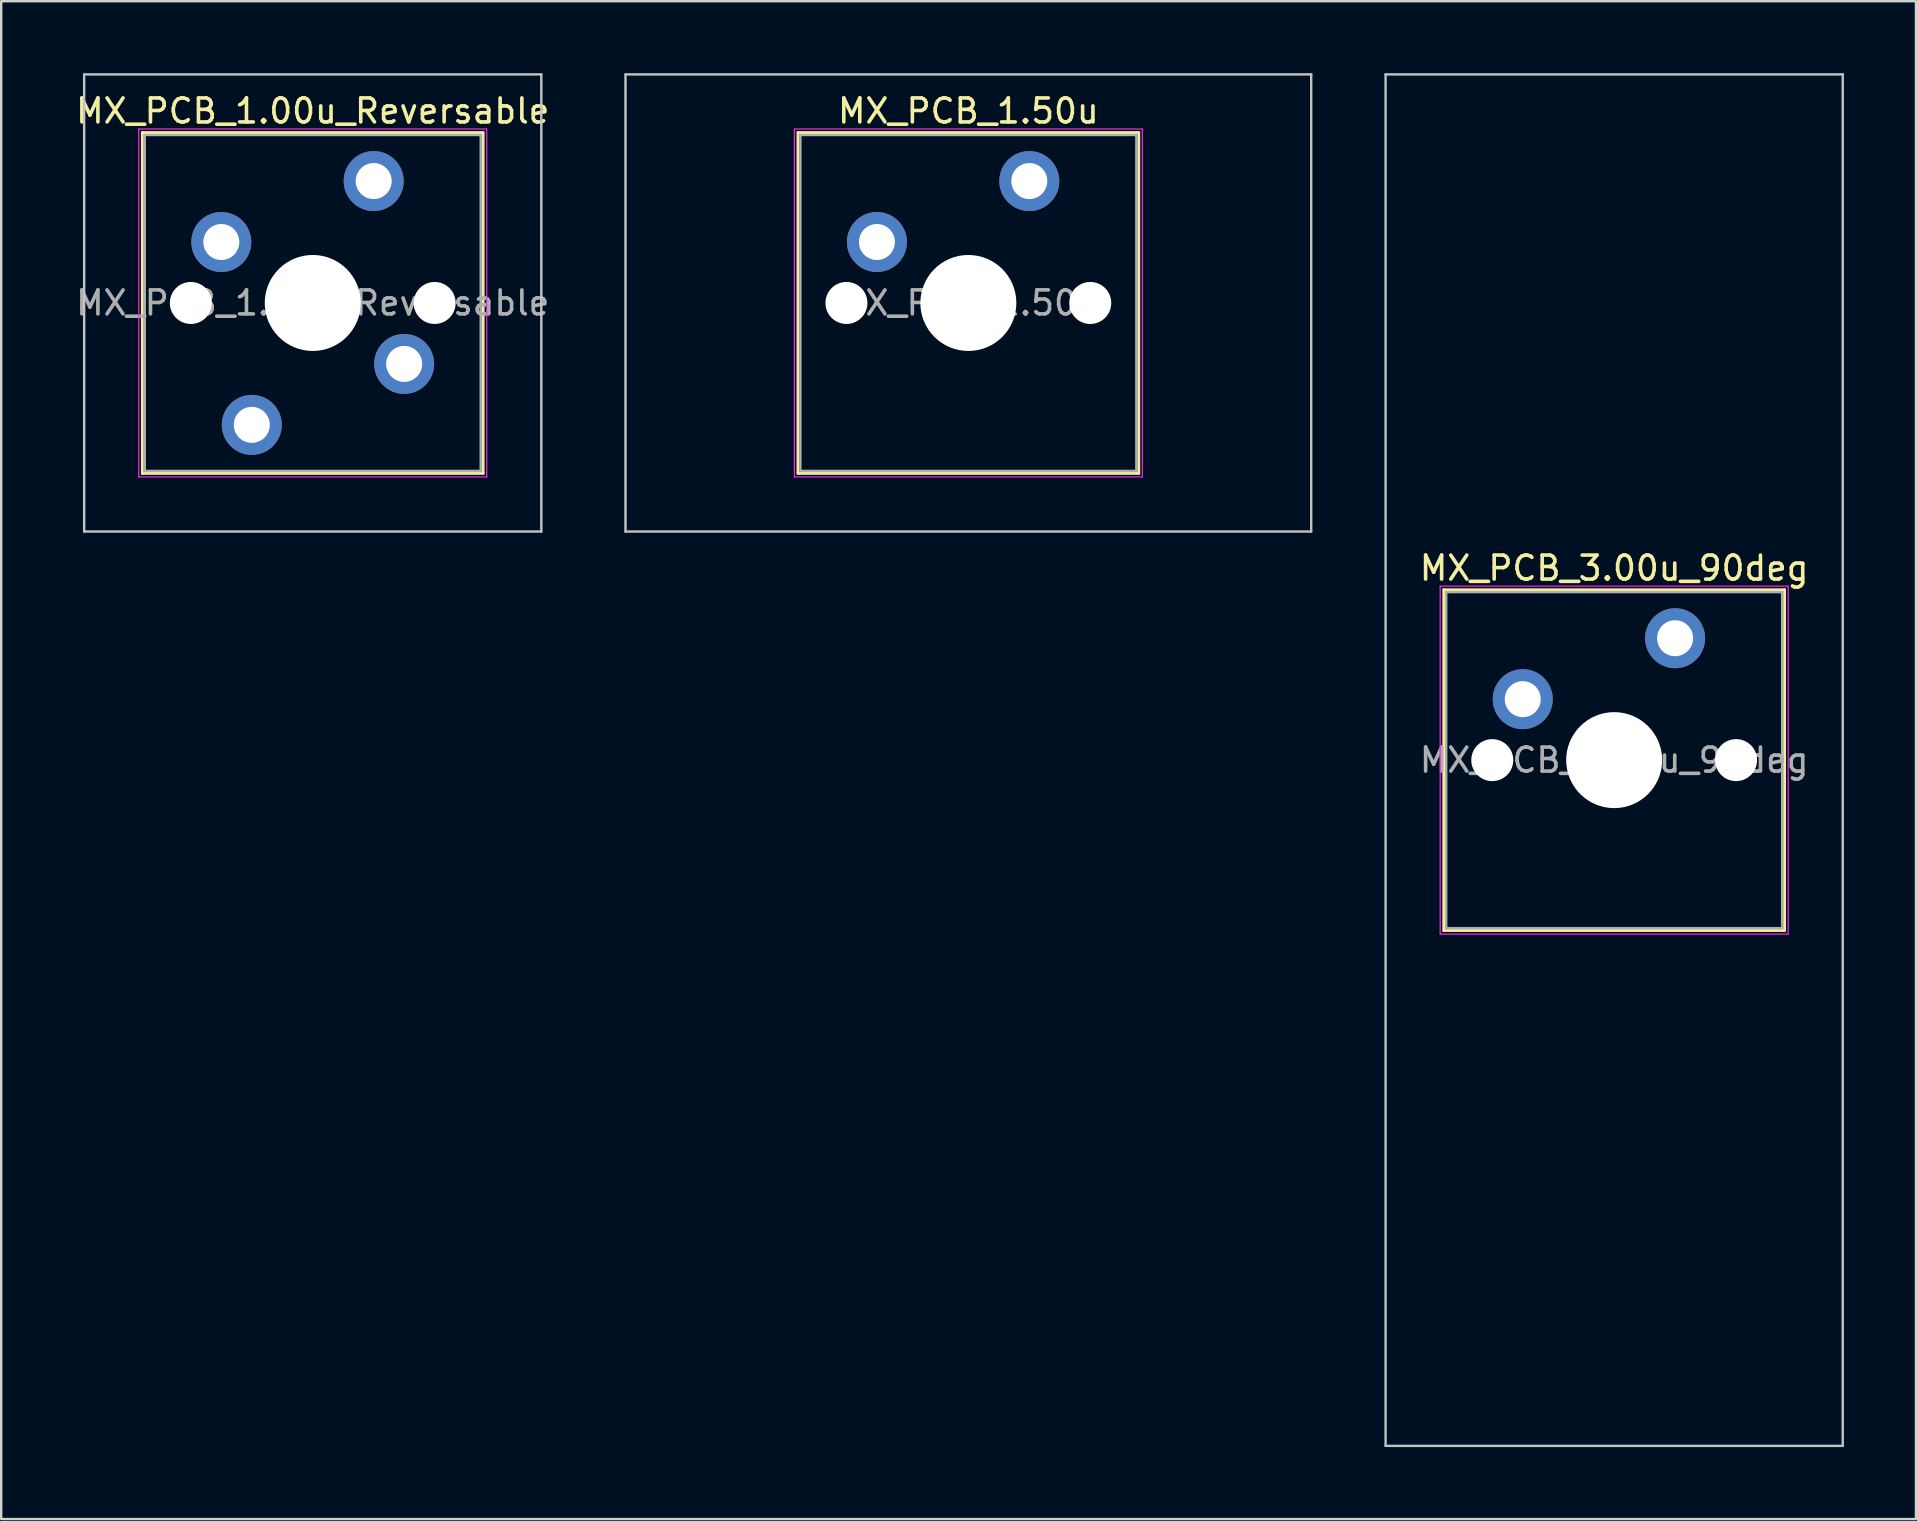
<source format=kicad_pcb>
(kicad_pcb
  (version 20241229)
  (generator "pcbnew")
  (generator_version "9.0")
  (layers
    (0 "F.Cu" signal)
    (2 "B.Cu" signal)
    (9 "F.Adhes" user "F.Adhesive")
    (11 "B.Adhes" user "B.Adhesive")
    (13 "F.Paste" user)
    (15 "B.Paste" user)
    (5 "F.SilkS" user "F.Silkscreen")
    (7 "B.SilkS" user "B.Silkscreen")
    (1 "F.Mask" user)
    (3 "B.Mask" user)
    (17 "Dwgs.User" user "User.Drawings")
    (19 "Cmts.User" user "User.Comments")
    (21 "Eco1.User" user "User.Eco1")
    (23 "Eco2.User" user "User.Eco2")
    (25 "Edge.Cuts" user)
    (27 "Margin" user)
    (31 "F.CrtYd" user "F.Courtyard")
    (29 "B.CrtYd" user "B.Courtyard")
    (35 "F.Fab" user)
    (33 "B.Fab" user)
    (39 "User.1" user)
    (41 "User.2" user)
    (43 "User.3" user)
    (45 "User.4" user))
  (footprint "MX_PCB_1.00u_Reversable"
    (layer "F.Cu")
    (at 9.982 9.575)
    (property "Reference" "MX_PCB_1.00u_Reversable" (at 0 -8 0) (layer "F.SilkS") (effects (font (size 1 1) (thickness 0.15))))
    (attr through_hole)
    (fp_line (start -7.1 -7.1) (end -7.1 7.1) (stroke (width 0.12) (type solid)) (layer "F.SilkS"))
    (fp_line (start -7.1 7.1) (end 7.1 7.1) (stroke (width 0.12) (type solid)) (layer "F.SilkS"))
    (fp_line (start 7.1 -7.1) (end -7.1 -7.1) (stroke (width 0.12) (type solid)) (layer "F.SilkS"))
    (fp_line (start 7.1 7.1) (end 7.1 -7.1) (stroke (width 0.12) (type solid)) (layer "F.SilkS"))
    (fp_line (start -9.525 -9.525) (end -9.525 9.525) (stroke (width 0.1) (type solid)) (layer "Dwgs.User"))
    (fp_line (start -9.525 9.525) (end 9.525 9.525) (stroke (width 0.1) (type solid)) (layer "Dwgs.User"))
    (fp_line (start 9.525 -9.525) (end -9.525 -9.525) (stroke (width 0.1) (type solid)) (layer "Dwgs.User"))
    (fp_line (start 9.525 9.525) (end 9.525 -9.525) (stroke (width 0.1) (type solid)) (layer "Dwgs.User"))
    (fp_line (start -7 -7) (end -7 7) (stroke (width 0.1) (type solid)) (layer "Eco1.User"))
    (fp_line (start -7 7) (end 7 7) (stroke (width 0.1) (type solid)) (layer "Eco1.User"))
    (fp_line (start 7 -7) (end -7 -7) (stroke (width 0.1) (type solid)) (layer "Eco1.User"))
    (fp_line (start 7 7) (end 7 -7) (stroke (width 0.1) (type solid)) (layer "Eco1.User"))
    (fp_line (start -7.25 -7.25) (end -7.25 7.25) (stroke (width 0.05) (type solid)) (layer "F.CrtYd"))
    (fp_line (start -7.25 7.25) (end 7.25 7.25) (stroke (width 0.05) (type solid)) (layer "F.CrtYd"))
    (fp_line (start 7.25 -7.25) (end -7.25 -7.25) (stroke (width 0.05) (type solid)) (layer "F.CrtYd"))
    (fp_line (start 7.25 7.25) (end 7.25 -7.25) (stroke (width 0.05) (type solid)) (layer "F.CrtYd"))
    (fp_line (start -7 -7) (end -7 7) (stroke (width 0.1) (type solid)) (layer "F.Fab"))
    (fp_line (start -7 7) (end 7 7) (stroke (width 0.1) (type solid)) (layer "F.Fab"))
    (fp_line (start 7 -7) (end -7 -7) (stroke (width 0.1) (type solid)) (layer "F.Fab"))
    (fp_line (start 7 7) (end 7 -7) (stroke (width 0.1) (type solid)) (layer "F.Fab"))
    (fp_text user "${REFERENCE}" (at 0 0 0) (layer "F.Fab") (effects (font (size 1 1) (thickness 0.15))))
    (pad "" np_thru_hole circle (at -5.08 0) (size 1.75 1.75) (drill 1.75) (layers "*.Cu" "*.Mask"))
    (pad "" np_thru_hole circle (at 0 0) (size 4 4) (drill 4) (layers "*.Cu" "*.Mask"))
    (pad "" np_thru_hole circle (at 5.08 0) (size 1.75 1.75) (drill 1.75) (layers "*.Cu" "*.Mask"))
    (pad "1" thru_hole circle (at -3.81 -2.54) (size 2.5 2.5) (drill 1.5) (layers "*.Cu" "*.Mask"))
    (pad "1" thru_hole circle (at 3.81 2.54 180) (size 2.5 2.5) (drill 1.5) (layers "*.Cu" "*.Mask"))
    (pad "2" thru_hole circle (at -2.54 5.08 180) (size 2.5 2.5) (drill 1.5) (layers "*.Cu" "*.Mask"))
    (pad "2" thru_hole circle (at 2.54 -5.08) (size 2.5 2.5) (drill 1.5) (layers "*.Cu" "*.Mask")))
  (footprint "MX_PCB_1.50u"
    (layer "F.Cu")
    (at 37.302 9.575)
    (property "Reference" "MX_PCB_1.50u" (at 0 -8 0) (layer "F.SilkS") (effects (font (size 1 1) (thickness 0.15))))
    (attr through_hole)
    (fp_line (start -7.1 -7.1) (end -7.1 7.1) (stroke (width 0.12) (type solid)) (layer "F.SilkS"))
    (fp_line (start -7.1 7.1) (end 7.1 7.1) (stroke (width 0.12) (type solid)) (layer "F.SilkS"))
    (fp_line (start 7.1 -7.1) (end -7.1 -7.1) (stroke (width 0.12) (type solid)) (layer "F.SilkS"))
    (fp_line (start 7.1 7.1) (end 7.1 -7.1) (stroke (width 0.12) (type solid)) (layer "F.SilkS"))
    (fp_line (start -14.287 -9.525) (end -14.287 9.525) (stroke (width 0.1) (type solid)) (layer "Dwgs.User"))
    (fp_line (start -14.287 9.525) (end 14.287 9.525) (stroke (width 0.1) (type solid)) (layer "Dwgs.User"))
    (fp_line (start 14.287 -9.525) (end -14.287 -9.525) (stroke (width 0.1) (type solid)) (layer "Dwgs.User"))
    (fp_line (start 14.287 9.525) (end 14.287 -9.525) (stroke (width 0.1) (type solid)) (layer "Dwgs.User"))
    (fp_line (start -7 -7) (end -7 7) (stroke (width 0.1) (type solid)) (layer "Eco1.User"))
    (fp_line (start -7 7) (end 7 7) (stroke (width 0.1) (type solid)) (layer "Eco1.User"))
    (fp_line (start 7 -7) (end -7 -7) (stroke (width 0.1) (type solid)) (layer "Eco1.User"))
    (fp_line (start 7 7) (end 7 -7) (stroke (width 0.1) (type solid)) (layer "Eco1.User"))
    (fp_line (start -7.25 -7.25) (end -7.25 7.25) (stroke (width 0.05) (type solid)) (layer "F.CrtYd"))
    (fp_line (start -7.25 7.25) (end 7.25 7.25) (stroke (width 0.05) (type solid)) (layer "F.CrtYd"))
    (fp_line (start 7.25 -7.25) (end -7.25 -7.25) (stroke (width 0.05) (type solid)) (layer "F.CrtYd"))
    (fp_line (start 7.25 7.25) (end 7.25 -7.25) (stroke (width 0.05) (type solid)) (layer "F.CrtYd"))
    (fp_line (start -7 -7) (end -7 7) (stroke (width 0.1) (type solid)) (layer "F.Fab"))
    (fp_line (start -7 7) (end 7 7) (stroke (width 0.1) (type solid)) (layer "F.Fab"))
    (fp_line (start 7 -7) (end -7 -7) (stroke (width 0.1) (type solid)) (layer "F.Fab"))
    (fp_line (start 7 7) (end 7 -7) (stroke (width 0.1) (type solid)) (layer "F.Fab"))
    (fp_text user "${REFERENCE}" (at 0 0 0) (layer "F.Fab") (effects (font (size 1 1) (thickness 0.15))))
    (pad "" np_thru_hole circle (at -5.08 0) (size 1.75 1.75) (drill 1.75) (layers "*.Cu" "*.Mask"))
    (pad "" np_thru_hole circle (at 0 0) (size 4 4) (drill 4) (layers "*.Cu" "*.Mask"))
    (pad "" np_thru_hole circle (at 5.08 0) (size 1.75 1.75) (drill 1.75) (layers "*.Cu" "*.Mask"))
    (pad "1" thru_hole circle (at -3.81 -2.54) (size 2.5 2.5) (drill 1.5) (layers "*.Cu" "*.Mask"))
    (pad "2" thru_hole circle (at 2.54 -5.08) (size 2.5 2.5) (drill 1.5) (layers "*.Cu" "*.Mask")))
  (footprint "MX_PCB_3.00u_90deg"
    (layer "F.Cu")
    (at 64.214 28.625)
    (property "Reference" "MX_PCB_3.00u_90deg" (at 0 -8 0) (layer "F.SilkS") (effects (font (size 1 1) (thickness 0.15))))
    (attr through_hole)
    (fp_line (start -7.1 -7.1) (end -7.1 7.1) (stroke (width 0.12) (type solid)) (layer "F.SilkS"))
    (fp_line (start -7.1 7.1) (end 7.1 7.1) (stroke (width 0.12) (type solid)) (layer "F.SilkS"))
    (fp_line (start 7.1 -7.1) (end -7.1 -7.1) (stroke (width 0.12) (type solid)) (layer "F.SilkS"))
    (fp_line (start 7.1 7.1) (end 7.1 -7.1) (stroke (width 0.12) (type solid)) (layer "F.SilkS"))
    (fp_line (start -9.525 -28.575) (end 9.525 -28.575) (stroke (width 0.1) (type solid)) (layer "Dwgs.User"))
    (fp_line (start -9.525 28.575) (end -9.525 -28.575) (stroke (width 0.1) (type solid)) (layer "Dwgs.User"))
    (fp_line (start 9.525 -28.575) (end 9.525 28.575) (stroke (width 0.1) (type solid)) (layer "Dwgs.User"))
    (fp_line (start 9.525 28.575) (end -9.525 28.575) (stroke (width 0.1) (type solid)) (layer "Dwgs.User"))
    (fp_line (start -7 -7) (end -7 7) (stroke (width 0.1) (type solid)) (layer "Eco1.User"))
    (fp_line (start -7 7) (end 7 7) (stroke (width 0.1) (type solid)) (layer "Eco1.User"))
    (fp_line (start 7 -7) (end -7 -7) (stroke (width 0.1) (type solid)) (layer "Eco1.User"))
    (fp_line (start 7 7) (end 7 -7) (stroke (width 0.1) (type solid)) (layer "Eco1.User"))
    (fp_line (start -7.25 -7.25) (end -7.25 7.25) (stroke (width 0.05) (type solid)) (layer "F.CrtYd"))
    (fp_line (start -7.25 7.25) (end 7.25 7.25) (stroke (width 0.05) (type solid)) (layer "F.CrtYd"))
    (fp_line (start 7.25 -7.25) (end -7.25 -7.25) (stroke (width 0.05) (type solid)) (layer "F.CrtYd"))
    (fp_line (start 7.25 7.25) (end 7.25 -7.25) (stroke (width 0.05) (type solid)) (layer "F.CrtYd"))
    (fp_line (start -7 -7) (end -7 7) (stroke (width 0.1) (type solid)) (layer "F.Fab"))
    (fp_line (start -7 7) (end 7 7) (stroke (width 0.1) (type solid)) (layer "F.Fab"))
    (fp_line (start 7 -7) (end -7 -7) (stroke (width 0.1) (type solid)) (layer "F.Fab"))
    (fp_line (start 7 7) (end 7 -7) (stroke (width 0.1) (type solid)) (layer "F.Fab"))
    (fp_text user "${REFERENCE}" (at 0 0 0) (layer "F.Fab") (effects (font (size 1 1) (thickness 0.15))))
    (pad "" np_thru_hole circle (at -5.08 0) (size 1.75 1.75) (drill 1.75) (layers "*.Cu" "*.Mask"))
    (pad "" np_thru_hole circle (at 0 0) (size 4 4) (drill 4) (layers "*.Cu" "*.Mask"))
    (pad "" np_thru_hole circle (at 5.08 0) (size 1.75 1.75) (drill 1.75) (layers "*.Cu" "*.Mask"))
    (pad "1" thru_hole circle (at -3.81 -2.54) (size 2.5 2.5) (drill 1.5) (layers "*.Cu" "*.Mask"))
    (pad "2" thru_hole circle (at 2.54 -5.08) (size 2.5 2.5) (drill 1.5) (layers "*.Cu" "*.Mask")))
  (gr_rect
    (start -3 -3)
    (end 76.789 60.25)
    (stroke (width 0.1) (type default))
    (fill no)
    (layer "Edge.Cuts")))
</source>
